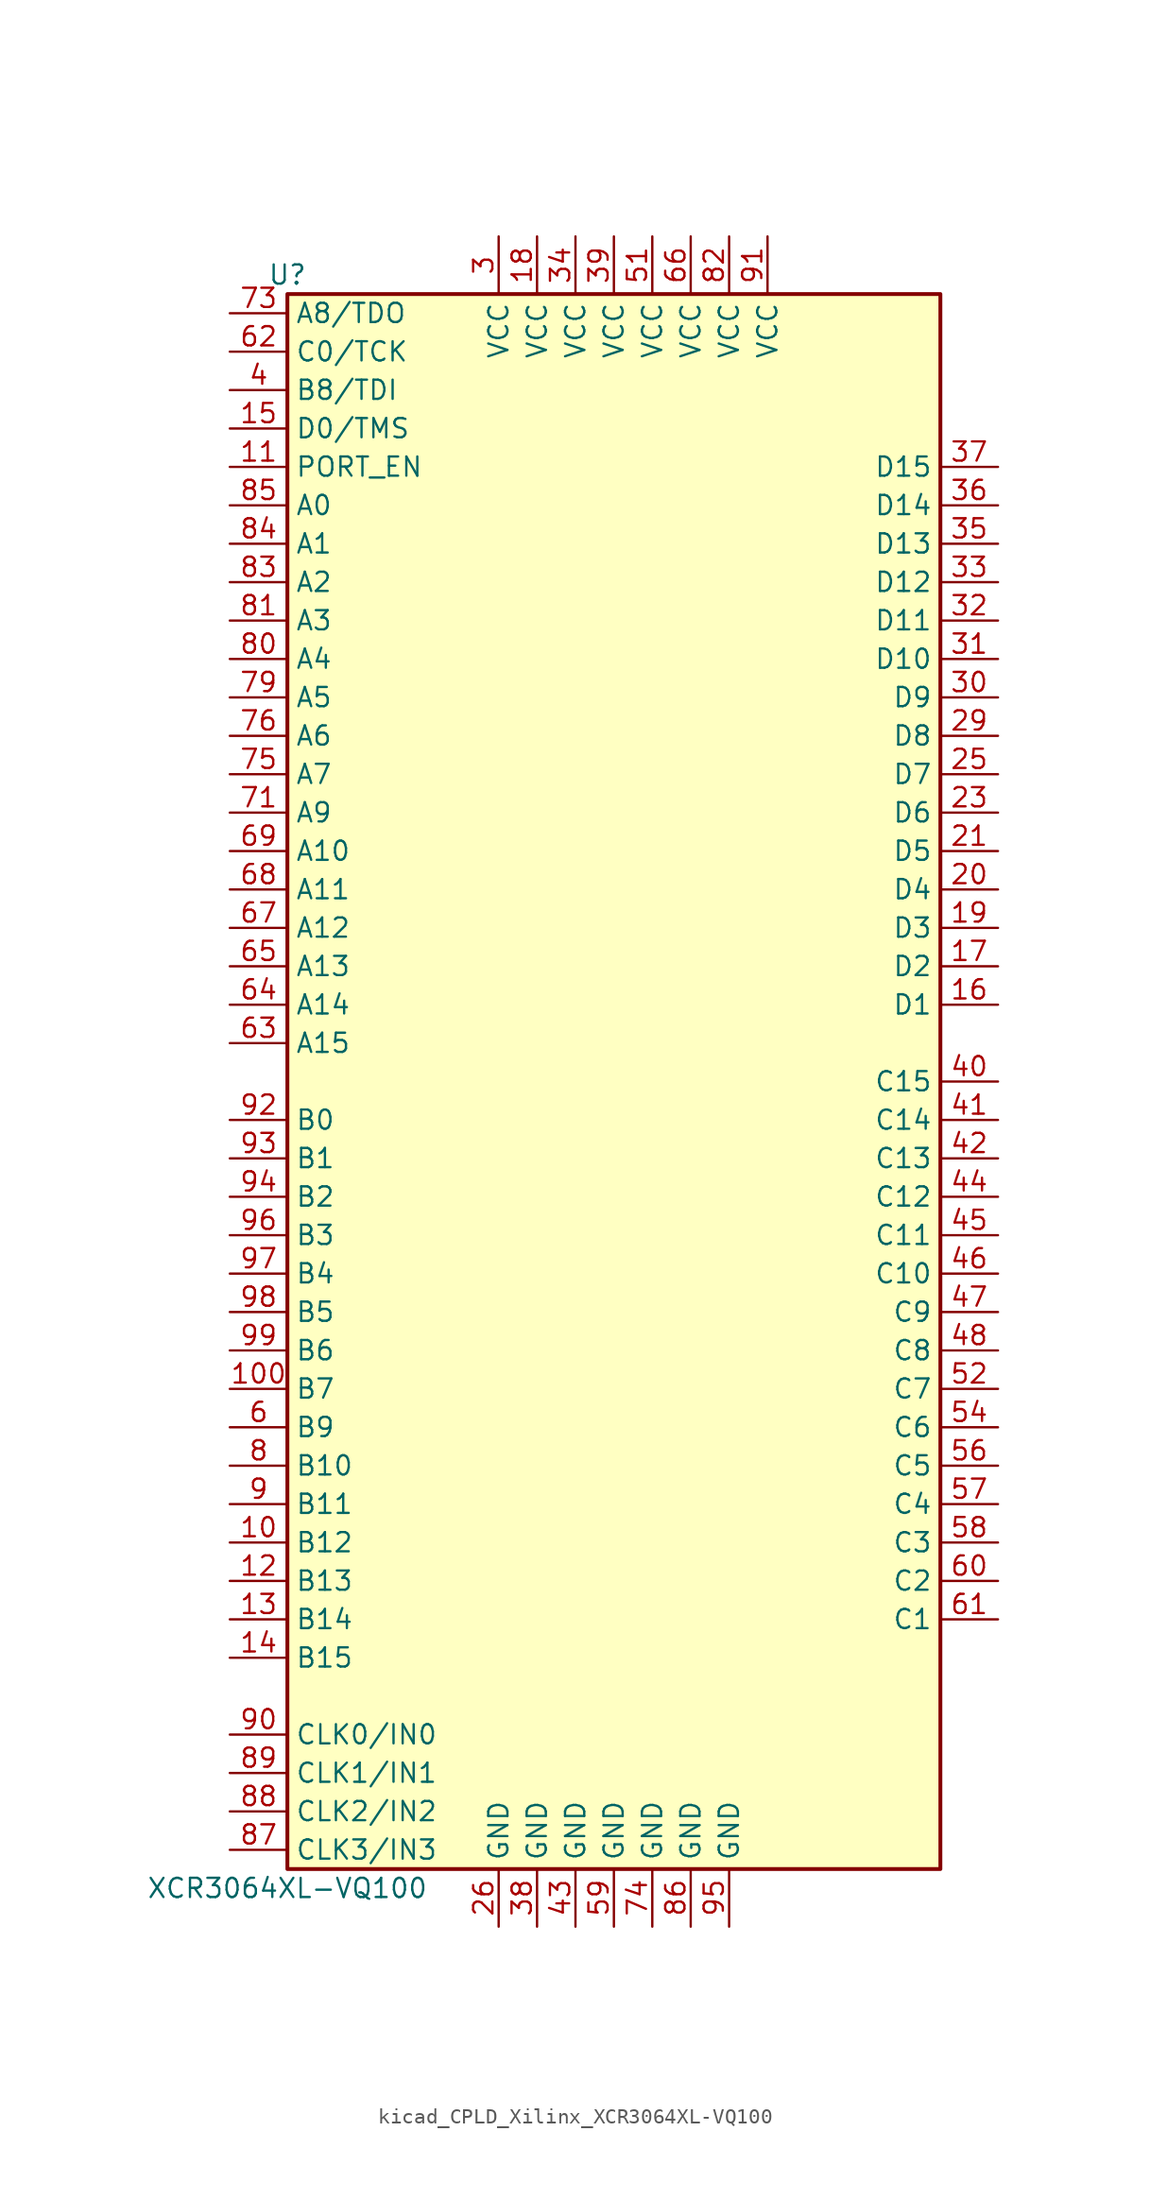
<source format=kicad_sym>
(kicad_symbol_lib
  (version 20220914)
  (generator kicad_symbol_editor)
  (symbol "kicad_CPLD_Xilinx_XCR3064XL-VQ100"
    (property "Reference" "U"
      (at -21.59 53.34 0)
      (effects (font (size 1.27 1.27))))
    (property "Value" "XCR3064XL-VQ100"
      (at -21.59 -53.34 0)
      (effects (font (size 1.27 1.27))))
    (symbol "kicad_CPLD_Xilinx_XCR3064XL-VQ100_1_1"
      (rectangle (start -21.59 52.07) (end 21.59 -52.07) (stroke (width 0.254) (type default)) (fill (type background)))
      (pin passive line (at -25.4 -30.48 0) (length 3.81) (name "B12" (effects (font (size 1.27 1.27)))) (number "10" (effects (font (size 1.27 1.27)))))
      (pin passive line (at -25.4 -20.32 0) (length 3.81) (name "B7" (effects (font (size 1.27 1.27)))) (number "100" (effects (font (size 1.27 1.27)))))
      (pin passive line (at -25.4 40.64 0) (length 3.81) (name "PORT_EN" (effects (font (size 1.27 1.27)))) (number "11" (effects (font (size 1.27 1.27)))))
      (pin passive line (at -25.4 -33.02 0) (length 3.81) (name "B13" (effects (font (size 1.27 1.27)))) (number "12" (effects (font (size 1.27 1.27)))))
      (pin passive line (at -25.4 -35.56 0) (length 3.81) (name "B14" (effects (font (size 1.27 1.27)))) (number "13" (effects (font (size 1.27 1.27)))))
      (pin passive line (at -25.4 -38.1 0) (length 3.81) (name "B15" (effects (font (size 1.27 1.27)))) (number "14" (effects (font (size 1.27 1.27)))))
      (pin passive line (at -25.4 43.18 0) (length 3.81) (name "D0/TMS" (effects (font (size 1.27 1.27)))) (number "15" (effects (font (size 1.27 1.27)))))
      (pin passive line (at 25.4 5.08 180) (length 3.81) (name "D1" (effects (font (size 1.27 1.27)))) (number "16" (effects (font (size 1.27 1.27)))))
      (pin passive line (at 25.4 7.62 180) (length 3.81) (name "D2" (effects (font (size 1.27 1.27)))) (number "17" (effects (font (size 1.27 1.27)))))
      (pin power_in line (at -5.08 55.88 270) (length 3.81) (name "VCC" (effects (font (size 1.27 1.27)))) (number "18" (effects (font (size 1.27 1.27)))))
      (pin passive line (at 25.4 10.16 180) (length 3.81) (name "D3" (effects (font (size 1.27 1.27)))) (number "19" (effects (font (size 1.27 1.27)))))
      (pin passive line (at 25.4 12.7 180) (length 3.81) (name "D4" (effects (font (size 1.27 1.27)))) (number "20" (effects (font (size 1.27 1.27)))))
      (pin passive line (at 25.4 15.24 180) (length 3.81) (name "D5" (effects (font (size 1.27 1.27)))) (number "21" (effects (font (size 1.27 1.27)))))
      (pin passive line (at 25.4 17.78 180) (length 3.81) (name "D6" (effects (font (size 1.27 1.27)))) (number "23" (effects (font (size 1.27 1.27)))))
      (pin passive line (at 25.4 20.32 180) (length 3.81) (name "D7" (effects (font (size 1.27 1.27)))) (number "25" (effects (font (size 1.27 1.27)))))
      (pin power_in line (at -7.62 -55.88 90) (length 3.81) (name "GND" (effects (font (size 1.27 1.27)))) (number "26" (effects (font (size 1.27 1.27)))))
      (pin passive line (at 25.4 22.86 180) (length 3.81) (name "D8" (effects (font (size 1.27 1.27)))) (number "29" (effects (font (size 1.27 1.27)))))
      (pin power_in line (at -7.62 55.88 270) (length 3.81) (name "VCC" (effects (font (size 1.27 1.27)))) (number "3" (effects (font (size 1.27 1.27)))))
      (pin passive line (at 25.4 25.4 180) (length 3.81) (name "D9" (effects (font (size 1.27 1.27)))) (number "30" (effects (font (size 1.27 1.27)))))
      (pin passive line (at 25.4 27.94 180) (length 3.81) (name "D10" (effects (font (size 1.27 1.27)))) (number "31" (effects (font (size 1.27 1.27)))))
      (pin passive line (at 25.4 30.48 180) (length 3.81) (name "D11" (effects (font (size 1.27 1.27)))) (number "32" (effects (font (size 1.27 1.27)))))
      (pin passive line (at 25.4 33.02 180) (length 3.81) (name "D12" (effects (font (size 1.27 1.27)))) (number "33" (effects (font (size 1.27 1.27)))))
      (pin power_in line (at -2.54 55.88 270) (length 3.81) (name "VCC" (effects (font (size 1.27 1.27)))) (number "34" (effects (font (size 1.27 1.27)))))
      (pin passive line (at 25.4 35.56 180) (length 3.81) (name "D13" (effects (font (size 1.27 1.27)))) (number "35" (effects (font (size 1.27 1.27)))))
      (pin passive line (at 25.4 38.1 180) (length 3.81) (name "D14" (effects (font (size 1.27 1.27)))) (number "36" (effects (font (size 1.27 1.27)))))
      (pin passive line (at 25.4 40.64 180) (length 3.81) (name "D15" (effects (font (size 1.27 1.27)))) (number "37" (effects (font (size 1.27 1.27)))))
      (pin power_in line (at -5.08 -55.88 90) (length 3.81) (name "GND" (effects (font (size 1.27 1.27)))) (number "38" (effects (font (size 1.27 1.27)))))
      (pin power_in line (at 0 55.88 270) (length 3.81) (name "VCC" (effects (font (size 1.27 1.27)))) (number "39" (effects (font (size 1.27 1.27)))))
      (pin passive line (at -25.4 45.72 0) (length 3.81) (name "B8/TDI" (effects (font (size 1.27 1.27)))) (number "4" (effects (font (size 1.27 1.27)))))
      (pin passive line (at 25.4 0 180) (length 3.81) (name "C15" (effects (font (size 1.27 1.27)))) (number "40" (effects (font (size 1.27 1.27)))))
      (pin passive line (at 25.4 -2.54 180) (length 3.81) (name "C14" (effects (font (size 1.27 1.27)))) (number "41" (effects (font (size 1.27 1.27)))))
      (pin passive line (at 25.4 -5.08 180) (length 3.81) (name "C13" (effects (font (size 1.27 1.27)))) (number "42" (effects (font (size 1.27 1.27)))))
      (pin power_in line (at -2.54 -55.88 90) (length 3.81) (name "GND" (effects (font (size 1.27 1.27)))) (number "43" (effects (font (size 1.27 1.27)))))
      (pin passive line (at 25.4 -7.62 180) (length 3.81) (name "C12" (effects (font (size 1.27 1.27)))) (number "44" (effects (font (size 1.27 1.27)))))
      (pin passive line (at 25.4 -10.16 180) (length 3.81) (name "C11" (effects (font (size 1.27 1.27)))) (number "45" (effects (font (size 1.27 1.27)))))
      (pin passive line (at 25.4 -12.7 180) (length 3.81) (name "C10" (effects (font (size 1.27 1.27)))) (number "46" (effects (font (size 1.27 1.27)))))
      (pin passive line (at 25.4 -15.24 180) (length 3.81) (name "C9" (effects (font (size 1.27 1.27)))) (number "47" (effects (font (size 1.27 1.27)))))
      (pin passive line (at 25.4 -17.78 180) (length 3.81) (name "C8" (effects (font (size 1.27 1.27)))) (number "48" (effects (font (size 1.27 1.27)))))
      (pin power_in line (at 2.54 55.88 270) (length 3.81) (name "VCC" (effects (font (size 1.27 1.27)))) (number "51" (effects (font (size 1.27 1.27)))))
      (pin passive line (at 25.4 -20.32 180) (length 3.81) (name "C7" (effects (font (size 1.27 1.27)))) (number "52" (effects (font (size 1.27 1.27)))))
      (pin passive line (at 25.4 -22.86 180) (length 3.81) (name "C6" (effects (font (size 1.27 1.27)))) (number "54" (effects (font (size 1.27 1.27)))))
      (pin passive line (at 25.4 -25.4 180) (length 3.81) (name "C5" (effects (font (size 1.27 1.27)))) (number "56" (effects (font (size 1.27 1.27)))))
      (pin passive line (at 25.4 -27.94 180) (length 3.81) (name "C4" (effects (font (size 1.27 1.27)))) (number "57" (effects (font (size 1.27 1.27)))))
      (pin passive line (at 25.4 -30.48 180) (length 3.81) (name "C3" (effects (font (size 1.27 1.27)))) (number "58" (effects (font (size 1.27 1.27)))))
      (pin power_in line (at 0 -55.88 90) (length 3.81) (name "GND" (effects (font (size 1.27 1.27)))) (number "59" (effects (font (size 1.27 1.27)))))
      (pin passive line (at -25.4 -22.86 0) (length 3.81) (name "B9" (effects (font (size 1.27 1.27)))) (number "6" (effects (font (size 1.27 1.27)))))
      (pin passive line (at 25.4 -33.02 180) (length 3.81) (name "C2" (effects (font (size 1.27 1.27)))) (number "60" (effects (font (size 1.27 1.27)))))
      (pin passive line (at 25.4 -35.56 180) (length 3.81) (name "C1" (effects (font (size 1.27 1.27)))) (number "61" (effects (font (size 1.27 1.27)))))
      (pin passive line (at -25.4 48.26 0) (length 3.81) (name "C0/TCK" (effects (font (size 1.27 1.27)))) (number "62" (effects (font (size 1.27 1.27)))))
      (pin passive line (at -25.4 2.54 0) (length 3.81) (name "A15" (effects (font (size 1.27 1.27)))) (number "63" (effects (font (size 1.27 1.27)))))
      (pin passive line (at -25.4 5.08 0) (length 3.81) (name "A14" (effects (font (size 1.27 1.27)))) (number "64" (effects (font (size 1.27 1.27)))))
      (pin passive line (at -25.4 7.62 0) (length 3.81) (name "A13" (effects (font (size 1.27 1.27)))) (number "65" (effects (font (size 1.27 1.27)))))
      (pin power_in line (at 5.08 55.88 270) (length 3.81) (name "VCC" (effects (font (size 1.27 1.27)))) (number "66" (effects (font (size 1.27 1.27)))))
      (pin passive line (at -25.4 10.16 0) (length 3.81) (name "A12" (effects (font (size 1.27 1.27)))) (number "67" (effects (font (size 1.27 1.27)))))
      (pin passive line (at -25.4 12.7 0) (length 3.81) (name "A11" (effects (font (size 1.27 1.27)))) (number "68" (effects (font (size 1.27 1.27)))))
      (pin passive line (at -25.4 15.24 0) (length 3.81) (name "A10" (effects (font (size 1.27 1.27)))) (number "69" (effects (font (size 1.27 1.27)))))
      (pin passive line (at -25.4 17.78 0) (length 3.81) (name "A9" (effects (font (size 1.27 1.27)))) (number "71" (effects (font (size 1.27 1.27)))))
      (pin passive line (at -25.4 50.8 0) (length 3.81) (name "A8/TDO" (effects (font (size 1.27 1.27)))) (number "73" (effects (font (size 1.27 1.27)))))
      (pin power_in line (at 2.54 -55.88 90) (length 3.81) (name "GND" (effects (font (size 1.27 1.27)))) (number "74" (effects (font (size 1.27 1.27)))))
      (pin passive line (at -25.4 20.32 0) (length 3.81) (name "A7" (effects (font (size 1.27 1.27)))) (number "75" (effects (font (size 1.27 1.27)))))
      (pin passive line (at -25.4 22.86 0) (length 3.81) (name "A6" (effects (font (size 1.27 1.27)))) (number "76" (effects (font (size 1.27 1.27)))))
      (pin passive line (at -25.4 25.4 0) (length 3.81) (name "A5" (effects (font (size 1.27 1.27)))) (number "79" (effects (font (size 1.27 1.27)))))
      (pin passive line (at -25.4 -25.4 0) (length 3.81) (name "B10" (effects (font (size 1.27 1.27)))) (number "8" (effects (font (size 1.27 1.27)))))
      (pin passive line (at -25.4 27.94 0) (length 3.81) (name "A4" (effects (font (size 1.27 1.27)))) (number "80" (effects (font (size 1.27 1.27)))))
      (pin passive line (at -25.4 30.48 0) (length 3.81) (name "A3" (effects (font (size 1.27 1.27)))) (number "81" (effects (font (size 1.27 1.27)))))
      (pin power_in line (at 7.62 55.88 270) (length 3.81) (name "VCC" (effects (font (size 1.27 1.27)))) (number "82" (effects (font (size 1.27 1.27)))))
      (pin passive line (at -25.4 33.02 0) (length 3.81) (name "A2" (effects (font (size 1.27 1.27)))) (number "83" (effects (font (size 1.27 1.27)))))
      (pin passive line (at -25.4 35.56 0) (length 3.81) (name "A1" (effects (font (size 1.27 1.27)))) (number "84" (effects (font (size 1.27 1.27)))))
      (pin passive line (at -25.4 38.1 0) (length 3.81) (name "A0" (effects (font (size 1.27 1.27)))) (number "85" (effects (font (size 1.27 1.27)))))
      (pin power_in line (at 5.08 -55.88 90) (length 3.81) (name "GND" (effects (font (size 1.27 1.27)))) (number "86" (effects (font (size 1.27 1.27)))))
      (pin input line (at -25.4 -50.8 0) (length 3.81) (name "CLK3/IN3" (effects (font (size 1.27 1.27)))) (number "87" (effects (font (size 1.27 1.27)))))
      (pin input line (at -25.4 -48.26 0) (length 3.81) (name "CLK2/IN2" (effects (font (size 1.27 1.27)))) (number "88" (effects (font (size 1.27 1.27)))))
      (pin input line (at -25.4 -45.72 0) (length 3.81) (name "CLK1/IN1" (effects (font (size 1.27 1.27)))) (number "89" (effects (font (size 1.27 1.27)))))
      (pin passive line (at -25.4 -27.94 0) (length 3.81) (name "B11" (effects (font (size 1.27 1.27)))) (number "9" (effects (font (size 1.27 1.27)))))
      (pin input line (at -25.4 -43.18 0) (length 3.81) (name "CLK0/IN0" (effects (font (size 1.27 1.27)))) (number "90" (effects (font (size 1.27 1.27)))))
      (pin power_in line (at 10.16 55.88 270) (length 3.81) (name "VCC" (effects (font (size 1.27 1.27)))) (number "91" (effects (font (size 1.27 1.27)))))
      (pin passive line (at -25.4 -2.54 0) (length 3.81) (name "B0" (effects (font (size 1.27 1.27)))) (number "92" (effects (font (size 1.27 1.27)))))
      (pin passive line (at -25.4 -5.08 0) (length 3.81) (name "B1" (effects (font (size 1.27 1.27)))) (number "93" (effects (font (size 1.27 1.27)))))
      (pin passive line (at -25.4 -7.62 0) (length 3.81) (name "B2" (effects (font (size 1.27 1.27)))) (number "94" (effects (font (size 1.27 1.27)))))
      (pin power_in line (at 7.62 -55.88 90) (length 3.81) (name "GND" (effects (font (size 1.27 1.27)))) (number "95" (effects (font (size 1.27 1.27)))))
      (pin passive line (at -25.4 -10.16 0) (length 3.81) (name "B3" (effects (font (size 1.27 1.27)))) (number "96" (effects (font (size 1.27 1.27)))))
      (pin passive line (at -25.4 -12.7 0) (length 3.81) (name "B4" (effects (font (size 1.27 1.27)))) (number "97" (effects (font (size 1.27 1.27)))))
      (pin passive line (at -25.4 -15.24 0) (length 3.81) (name "B5" (effects (font (size 1.27 1.27)))) (number "98" (effects (font (size 1.27 1.27)))))
      (pin passive line (at -25.4 -17.78 0) (length 3.81) (name "B6" (effects (font (size 1.27 1.27)))) (number "99" (effects (font (size 1.27 1.27))))))))
</source>
